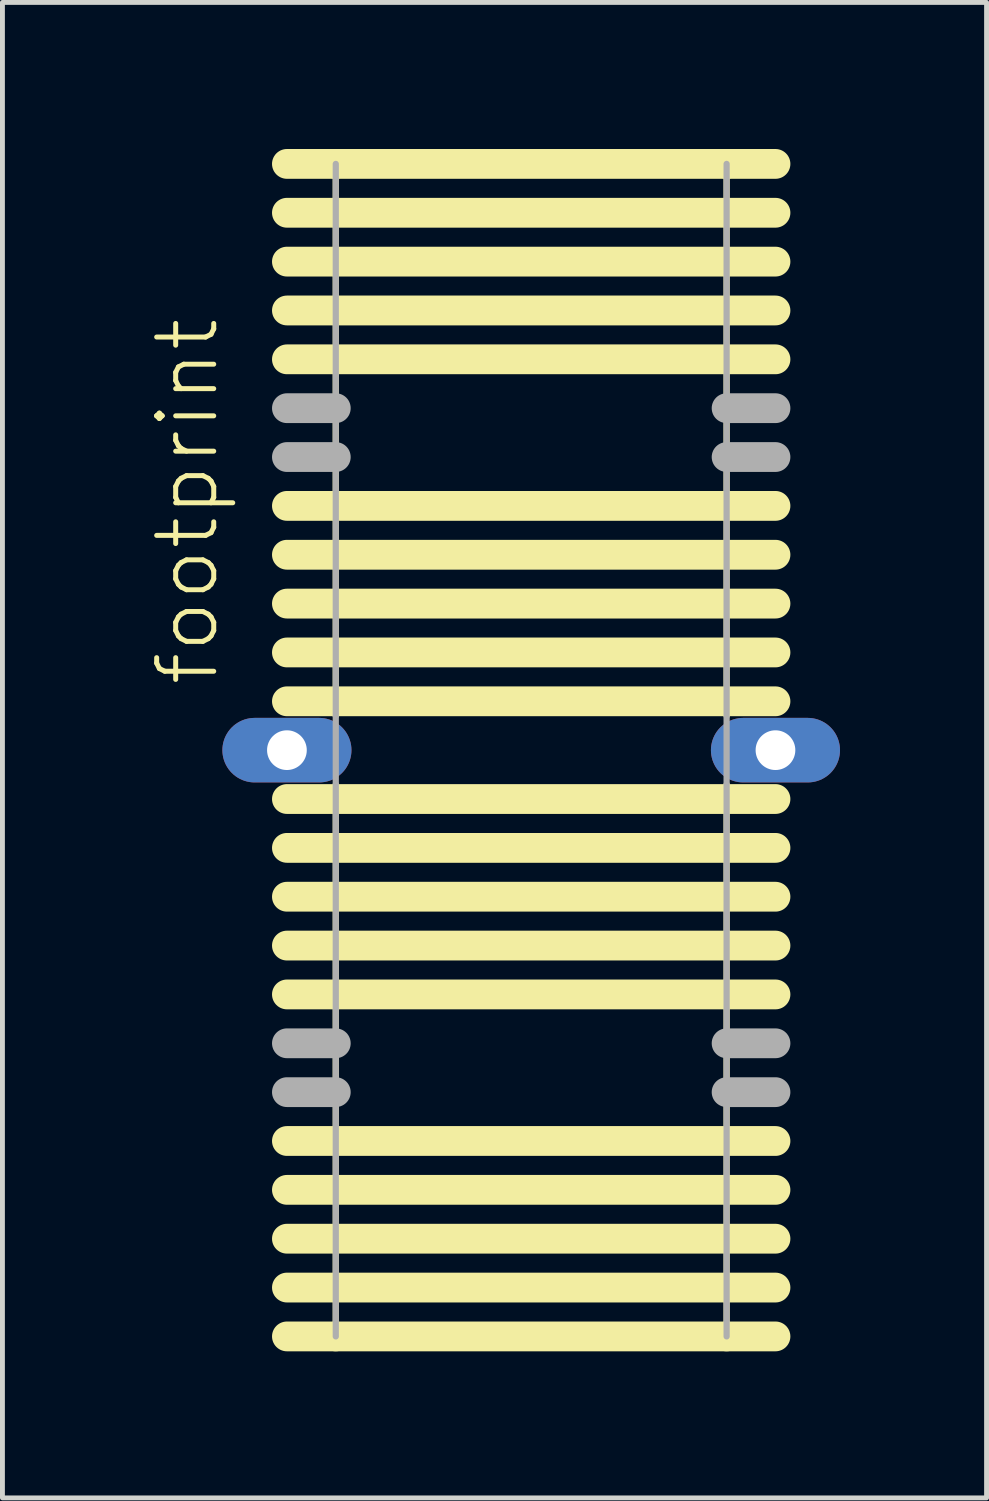
<source format=kicad_pcb>
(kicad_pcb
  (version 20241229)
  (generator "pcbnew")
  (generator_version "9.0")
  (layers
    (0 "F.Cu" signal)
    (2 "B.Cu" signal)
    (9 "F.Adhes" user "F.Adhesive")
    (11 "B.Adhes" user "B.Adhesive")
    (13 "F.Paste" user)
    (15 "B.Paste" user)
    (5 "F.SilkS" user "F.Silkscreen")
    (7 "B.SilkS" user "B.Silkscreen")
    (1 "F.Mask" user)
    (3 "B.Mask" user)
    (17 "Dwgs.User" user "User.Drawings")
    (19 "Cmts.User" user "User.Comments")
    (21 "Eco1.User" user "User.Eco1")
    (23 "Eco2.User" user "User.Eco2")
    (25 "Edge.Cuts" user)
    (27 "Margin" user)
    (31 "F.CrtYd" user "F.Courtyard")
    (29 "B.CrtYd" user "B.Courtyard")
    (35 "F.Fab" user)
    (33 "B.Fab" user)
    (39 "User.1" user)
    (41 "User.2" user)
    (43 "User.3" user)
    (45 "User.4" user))
  (footprint "footprint"
    (layer "F.Cu")
    (at 7.823 12.305)
    (property "Reference" "footprint" (at -6.35 -1.27 90) (layer "F.SilkS") (effects (font (size 1.168 1.168) (thickness 0.102)) (justify left bottom)))
    (fp_line (start -5 -12) (end -4 -12) (stroke (width 0.61) (type solid)) (layer "F.SilkS"))
    (fp_line (start -5 -11) (end 5 -11) (stroke (width 0.61) (type solid)) (layer "F.SilkS"))
    (fp_line (start -5 -10) (end 5 -10) (stroke (width 0.61) (type solid)) (layer "F.SilkS"))
    (fp_line (start -5 -9) (end 5 -9) (stroke (width 0.61) (type solid)) (layer "F.SilkS"))
    (fp_line (start -5 -8) (end 5 -8) (stroke (width 0.61) (type solid)) (layer "F.SilkS"))
    (fp_line (start -5 -5) (end 5 -5) (stroke (width 0.61) (type solid)) (layer "F.SilkS"))
    (fp_line (start -5 -4) (end 5 -4) (stroke (width 0.61) (type solid)) (layer "F.SilkS"))
    (fp_line (start -5 -3) (end 5 -3) (stroke (width 0.61) (type solid)) (layer "F.SilkS"))
    (fp_line (start -5 -2) (end 5 -2) (stroke (width 0.61) (type solid)) (layer "F.SilkS"))
    (fp_line (start -5 -1) (end 5 -1) (stroke (width 0.61) (type solid)) (layer "F.SilkS"))
    (fp_line (start -5 1) (end 5 1) (stroke (width 0.61) (type solid)) (layer "F.SilkS"))
    (fp_line (start -5 2) (end 5 2) (stroke (width 0.61) (type solid)) (layer "F.SilkS"))
    (fp_line (start -5 3) (end 5 3) (stroke (width 0.61) (type solid)) (layer "F.SilkS"))
    (fp_line (start -5 4) (end 5 4) (stroke (width 0.61) (type solid)) (layer "F.SilkS"))
    (fp_line (start -5 5) (end 5 5) (stroke (width 0.61) (type solid)) (layer "F.SilkS"))
    (fp_line (start -5 8) (end 5 8) (stroke (width 0.61) (type solid)) (layer "F.SilkS"))
    (fp_line (start -5 9) (end 5 9) (stroke (width 0.61) (type solid)) (layer "F.SilkS"))
    (fp_line (start -5 10) (end 5 10) (stroke (width 0.61) (type solid)) (layer "F.SilkS"))
    (fp_line (start -5 11) (end 5 11) (stroke (width 0.61) (type solid)) (layer "F.SilkS"))
    (fp_line (start -5 12) (end -4 12) (stroke (width 0.61) (type solid)) (layer "F.SilkS"))
    (fp_line (start -4 -12) (end 4 -12) (stroke (width 0.61) (type solid)) (layer "F.SilkS"))
    (fp_line (start -4 -0.7) (end -4 -12) (stroke (width 0.127) (type solid)) (layer "F.SilkS"))
    (fp_line (start -4 12) (end -4 0.7) (stroke (width 0.127) (type solid)) (layer "F.SilkS"))
    (fp_line (start -4 12) (end 4 12) (stroke (width 0.61) (type solid)) (layer "F.SilkS"))
    (fp_line (start 4 -12) (end 4 -0.7) (stroke (width 0.127) (type solid)) (layer "F.SilkS"))
    (fp_line (start 4 -12) (end 5 -12) (stroke (width 0.61) (type solid)) (layer "F.SilkS"))
    (fp_line (start 4 0.7) (end 4 12) (stroke (width 0.127) (type solid)) (layer "F.SilkS"))
    (fp_line (start 4 12) (end 5 12) (stroke (width 0.61) (type solid)) (layer "F.SilkS"))
    (fp_line (start -5 -7) (end -4 -7) (stroke (width 0.61) (type solid)) (layer "F.Fab"))
    (fp_line (start -5 -6) (end -4 -6) (stroke (width 0.61) (type solid)) (layer "F.Fab"))
    (fp_line (start -5 6) (end -4 6) (stroke (width 0.61) (type solid)) (layer "F.Fab"))
    (fp_line (start -5 7) (end -4 7) (stroke (width 0.61) (type solid)) (layer "F.Fab"))
    (fp_line (start -4 12) (end -4 -12) (stroke (width 0.127) (type solid)) (layer "F.Fab"))
    (fp_line (start 4 -12) (end 4 12) (stroke (width 0.127) (type solid)) (layer "F.Fab"))
    (fp_line (start 4 -7) (end 5 -7) (stroke (width 0.61) (type solid)) (layer "F.Fab"))
    (fp_line (start 4 -6) (end 5 -6) (stroke (width 0.61) (type solid)) (layer "F.Fab"))
    (fp_line (start 4 6) (end 5 6) (stroke (width 0.61) (type solid)) (layer "F.Fab"))
    (fp_line (start 4 7) (end 5 7) (stroke (width 0.61) (type solid)) (layer "F.Fab"))
    (pad "1" thru_hole oval (at -5 0) (size 2.642 1.321) (drill 0.813) (layers "*.Cu" "*.Mask"))
    (pad "2" thru_hole oval (at 5 0) (size 2.642 1.321) (drill 0.813) (layers "*.Cu" "*.Mask")))
  (gr_rect
    (start -3 -3)
    (end 17.144 27.61)
    (stroke (width 0.1) (type default))
    (fill no)
    (layer "Edge.Cuts")))
</source>
